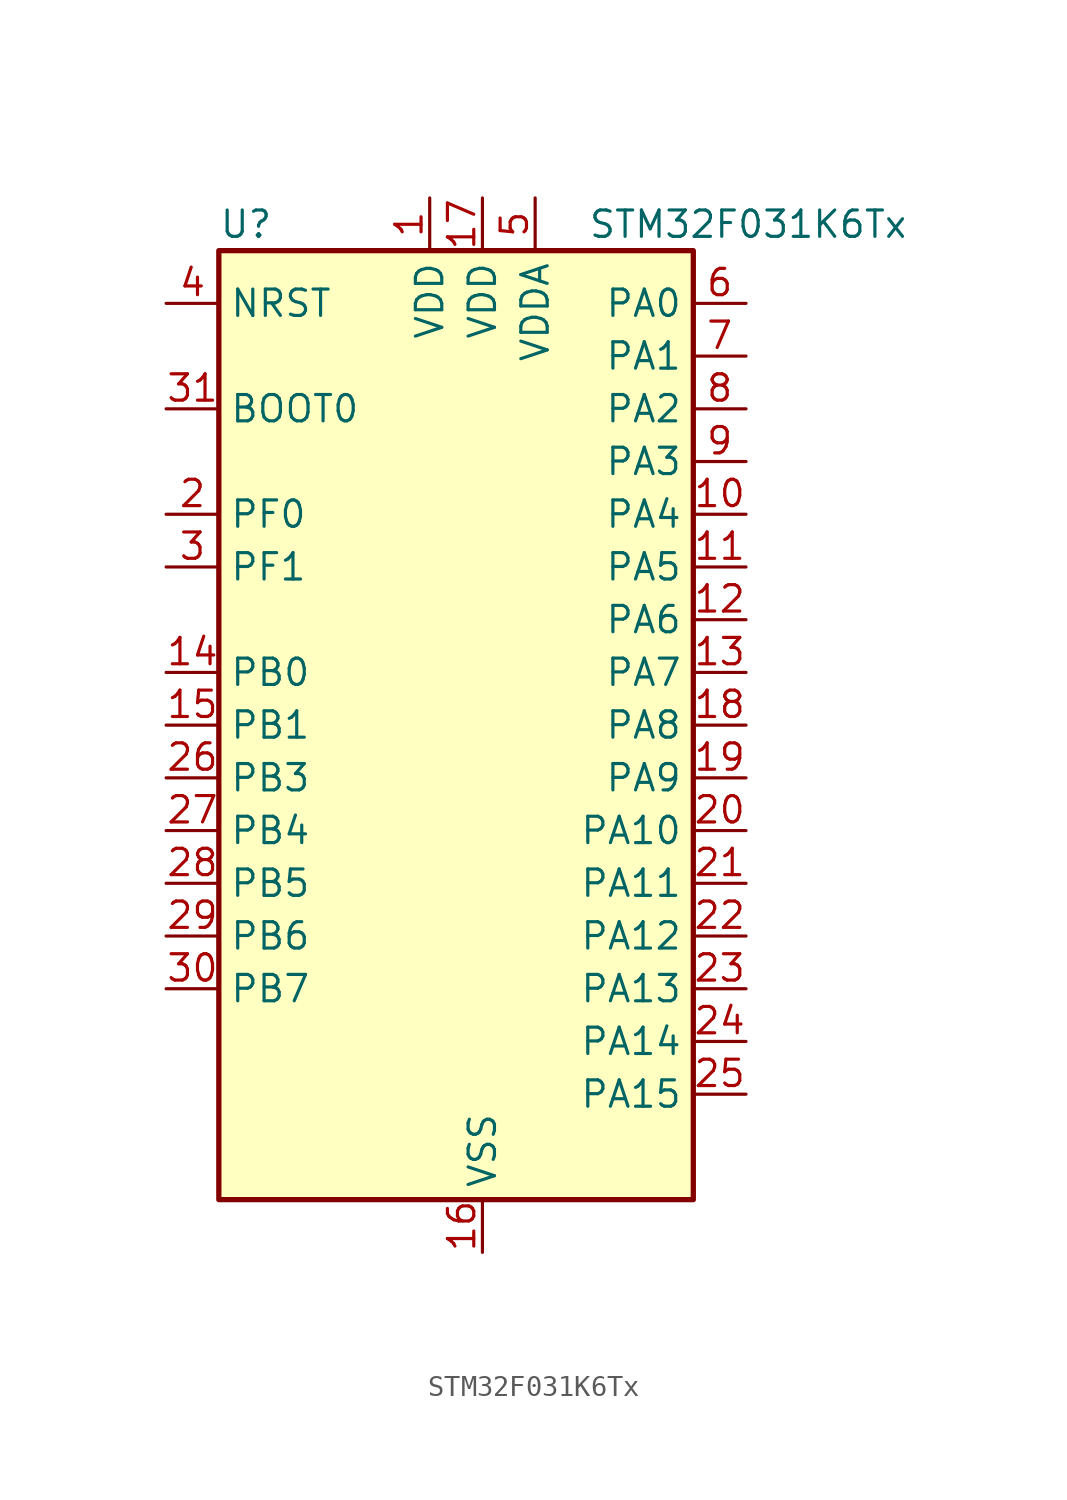
<source format=kicad_sym>
(kicad_symbol_lib
  (version 20220914)
  (generator kicad_symbol_editor)
  (symbol "STM32F031K6Tx"
    (property "Reference" "U"
      (at -10.16 24.13 0)
      (effects (font (size 1.27 1.27)) (justify left)))
    (property "Value" "STM32F031K6Tx"
      (at 7.62 24.13 0)
      (effects (font (size 1.27 1.27)) (justify left)))
    (property "ki_locked" ""
      (at 0 0 0)
      (effects (font (size 1.27 1.27))))
    (symbol "STM32F031K6Tx_0_1"
      (rectangle (start -10.16 -22.86) (end 12.7 22.86) (stroke (width 0.254) (type default)) (fill (type background))))
    (symbol "STM32F031K6Tx_1_1"
      (pin power_in line (at 0 25.4 270) (length 2.54) (name "VDD" (effects (font (size 1.27 1.27)))) (number "1" (effects (font (size 1.27 1.27)))))
      (pin bidirectional line (at 15.24 10.16 180) (length 2.54) (name "PA4" (effects (font (size 1.27 1.27)))) (number "10" (effects (font (size 1.27 1.27)))) (alternate "ADC_IN4" bidirectional line) (alternate "I2S1_WS" bidirectional line) (alternate "SPI1_NSS" bidirectional line) (alternate "TIM14_CH1" bidirectional line) (alternate "USART1_CK" bidirectional line))
      (pin bidirectional line (at 15.24 7.62 180) (length 2.54) (name "PA5" (effects (font (size 1.27 1.27)))) (number "11" (effects (font (size 1.27 1.27)))) (alternate "ADC_IN5" bidirectional line) (alternate "I2S1_CK" bidirectional line) (alternate "SPI1_SCK" bidirectional line) (alternate "TIM2_CH1" bidirectional line) (alternate "TIM2_ETR" bidirectional line))
      (pin bidirectional line (at 15.24 5.08 180) (length 2.54) (name "PA6" (effects (font (size 1.27 1.27)))) (number "12" (effects (font (size 1.27 1.27)))) (alternate "ADC_IN6" bidirectional line) (alternate "I2S1_MCK" bidirectional line) (alternate "SPI1_MISO" bidirectional line) (alternate "TIM16_CH1" bidirectional line) (alternate "TIM1_BKIN" bidirectional line) (alternate "TIM3_CH1" bidirectional line))
      (pin bidirectional line (at 15.24 2.54 180) (length 2.54) (name "PA7" (effects (font (size 1.27 1.27)))) (number "13" (effects (font (size 1.27 1.27)))) (alternate "ADC_IN7" bidirectional line) (alternate "I2S1_SD" bidirectional line) (alternate "SPI1_MOSI" bidirectional line) (alternate "TIM14_CH1" bidirectional line) (alternate "TIM17_CH1" bidirectional line) (alternate "TIM1_CH1N" bidirectional line) (alternate "TIM3_CH2" bidirectional line))
      (pin bidirectional line (at -12.7 2.54 0) (length 2.54) (name "PB0" (effects (font (size 1.27 1.27)))) (number "14" (effects (font (size 1.27 1.27)))) (alternate "ADC_IN8" bidirectional line) (alternate "TIM1_CH2N" bidirectional line) (alternate "TIM3_CH3" bidirectional line))
      (pin bidirectional line (at -12.7 0 0) (length 2.54) (name "PB1" (effects (font (size 1.27 1.27)))) (number "15" (effects (font (size 1.27 1.27)))) (alternate "ADC_IN9" bidirectional line) (alternate "TIM14_CH1" bidirectional line) (alternate "TIM1_CH3N" bidirectional line) (alternate "TIM3_CH4" bidirectional line))
      (pin power_in line (at 2.54 -25.4 90) (length 2.54) (name "VSS" (effects (font (size 1.27 1.27)))) (number "16" (effects (font (size 1.27 1.27)))))
      (pin power_in line (at 2.54 25.4 270) (length 2.54) (name "VDD" (effects (font (size 1.27 1.27)))) (number "17" (effects (font (size 1.27 1.27)))))
      (pin bidirectional line (at 15.24 0 180) (length 2.54) (name "PA8" (effects (font (size 1.27 1.27)))) (number "18" (effects (font (size 1.27 1.27)))) (alternate "RCC_MCO" bidirectional line) (alternate "TIM1_CH1" bidirectional line) (alternate "USART1_CK" bidirectional line))
      (pin bidirectional line (at 15.24 -2.54 180) (length 2.54) (name "PA9" (effects (font (size 1.27 1.27)))) (number "19" (effects (font (size 1.27 1.27)))) (alternate "I2C1_SCL" bidirectional line) (alternate "TIM1_CH2" bidirectional line) (alternate "USART1_TX" bidirectional line))
      (pin bidirectional line (at -12.7 10.16 0) (length 2.54) (name "PF0" (effects (font (size 1.27 1.27)))) (number "2" (effects (font (size 1.27 1.27)))) (alternate "RCC_OSC_IN" bidirectional line))
      (pin bidirectional line (at 15.24 -5.08 180) (length 2.54) (name "PA10" (effects (font (size 1.27 1.27)))) (number "20" (effects (font (size 1.27 1.27)))) (alternate "I2C1_SDA" bidirectional line) (alternate "TIM17_BKIN" bidirectional line) (alternate "TIM1_CH3" bidirectional line) (alternate "USART1_RX" bidirectional line))
      (pin bidirectional line (at 15.24 -7.62 180) (length 2.54) (name "PA11" (effects (font (size 1.27 1.27)))) (number "21" (effects (font (size 1.27 1.27)))) (alternate "TIM1_CH4" bidirectional line) (alternate "USART1_CTS" bidirectional line))
      (pin bidirectional line (at 15.24 -10.16 180) (length 2.54) (name "PA12" (effects (font (size 1.27 1.27)))) (number "22" (effects (font (size 1.27 1.27)))) (alternate "TIM1_ETR" bidirectional line) (alternate "USART1_DE" bidirectional line) (alternate "USART1_RTS" bidirectional line))
      (pin bidirectional line (at 15.24 -12.7 180) (length 2.54) (name "PA13" (effects (font (size 1.27 1.27)))) (number "23" (effects (font (size 1.27 1.27)))) (alternate "IR_OUT" bidirectional line) (alternate "SYS_SWDIO" bidirectional line))
      (pin bidirectional line (at 15.24 -15.24 180) (length 2.54) (name "PA14" (effects (font (size 1.27 1.27)))) (number "24" (effects (font (size 1.27 1.27)))) (alternate "SYS_SWCLK" bidirectional line) (alternate "USART1_TX" bidirectional line))
      (pin bidirectional line (at 15.24 -17.78 180) (length 2.54) (name "PA15" (effects (font (size 1.27 1.27)))) (number "25" (effects (font (size 1.27 1.27)))) (alternate "I2S1_WS" bidirectional line) (alternate "SPI1_NSS" bidirectional line) (alternate "TIM2_CH1" bidirectional line) (alternate "TIM2_ETR" bidirectional line) (alternate "USART1_RX" bidirectional line))
      (pin bidirectional line (at -12.7 -2.54 0) (length 2.54) (name "PB3" (effects (font (size 1.27 1.27)))) (number "26" (effects (font (size 1.27 1.27)))) (alternate "I2S1_CK" bidirectional line) (alternate "SPI1_SCK" bidirectional line) (alternate "TIM2_CH2" bidirectional line))
      (pin bidirectional line (at -12.7 -5.08 0) (length 2.54) (name "PB4" (effects (font (size 1.27 1.27)))) (number "27" (effects (font (size 1.27 1.27)))) (alternate "I2S1_MCK" bidirectional line) (alternate "SPI1_MISO" bidirectional line) (alternate "TIM3_CH1" bidirectional line))
      (pin bidirectional line (at -12.7 -7.62 0) (length 2.54) (name "PB5" (effects (font (size 1.27 1.27)))) (number "28" (effects (font (size 1.27 1.27)))) (alternate "I2C1_SMBA" bidirectional line) (alternate "I2S1_SD" bidirectional line) (alternate "SPI1_MOSI" bidirectional line) (alternate "TIM16_BKIN" bidirectional line) (alternate "TIM3_CH2" bidirectional line))
      (pin bidirectional line (at -12.7 -10.16 0) (length 2.54) (name "PB6" (effects (font (size 1.27 1.27)))) (number "29" (effects (font (size 1.27 1.27)))) (alternate "I2C1_SCL" bidirectional line) (alternate "TIM16_CH1N" bidirectional line) (alternate "USART1_TX" bidirectional line))
      (pin bidirectional line (at -12.7 7.62 0) (length 2.54) (name "PF1" (effects (font (size 1.27 1.27)))) (number "3" (effects (font (size 1.27 1.27)))) (alternate "RCC_OSC_OUT" bidirectional line))
      (pin bidirectional line (at -12.7 -12.7 0) (length 2.54) (name "PB7" (effects (font (size 1.27 1.27)))) (number "30" (effects (font (size 1.27 1.27)))) (alternate "I2C1_SDA" bidirectional line) (alternate "TIM17_CH1N" bidirectional line) (alternate "USART1_RX" bidirectional line))
      (pin input line (at -12.7 15.24 0) (length 2.54) (name "BOOT0" (effects (font (size 1.27 1.27)))) (number "31" (effects (font (size 1.27 1.27)))))
      (pin passive line (at 2.54 -25.4 90) (length 2.54) hide (name "VSS" (effects (font (size 1.27 1.27)))) (number "32" (effects (font (size 1.27 1.27)))))
      (pin input line (at -12.7 20.32 0) (length 2.54) (name "NRST" (effects (font (size 1.27 1.27)))) (number "4" (effects (font (size 1.27 1.27)))))
      (pin power_in line (at 5.08 25.4 270) (length 2.54) (name "VDDA" (effects (font (size 1.27 1.27)))) (number "5" (effects (font (size 1.27 1.27)))))
      (pin bidirectional line (at 15.24 20.32 180) (length 2.54) (name "PA0" (effects (font (size 1.27 1.27)))) (number "6" (effects (font (size 1.27 1.27)))) (alternate "ADC_IN0" bidirectional line) (alternate "RTC_TAMP2" bidirectional line) (alternate "SYS_WKUP1" bidirectional line) (alternate "TIM2_CH1" bidirectional line) (alternate "TIM2_ETR" bidirectional line) (alternate "USART1_CTS" bidirectional line))
      (pin bidirectional line (at 15.24 17.78 180) (length 2.54) (name "PA1" (effects (font (size 1.27 1.27)))) (number "7" (effects (font (size 1.27 1.27)))) (alternate "ADC_IN1" bidirectional line) (alternate "TIM2_CH2" bidirectional line) (alternate "USART1_DE" bidirectional line) (alternate "USART1_RTS" bidirectional line))
      (pin bidirectional line (at 15.24 15.24 180) (length 2.54) (name "PA2" (effects (font (size 1.27 1.27)))) (number "8" (effects (font (size 1.27 1.27)))) (alternate "ADC_IN2" bidirectional line) (alternate "TIM2_CH3" bidirectional line) (alternate "USART1_TX" bidirectional line))
      (pin bidirectional line (at 15.24 12.7 180) (length 2.54) (name "PA3" (effects (font (size 1.27 1.27)))) (number "9" (effects (font (size 1.27 1.27)))) (alternate "ADC_IN3" bidirectional line) (alternate "TIM2_CH4" bidirectional line) (alternate "USART1_RX" bidirectional line)))))
</source>
